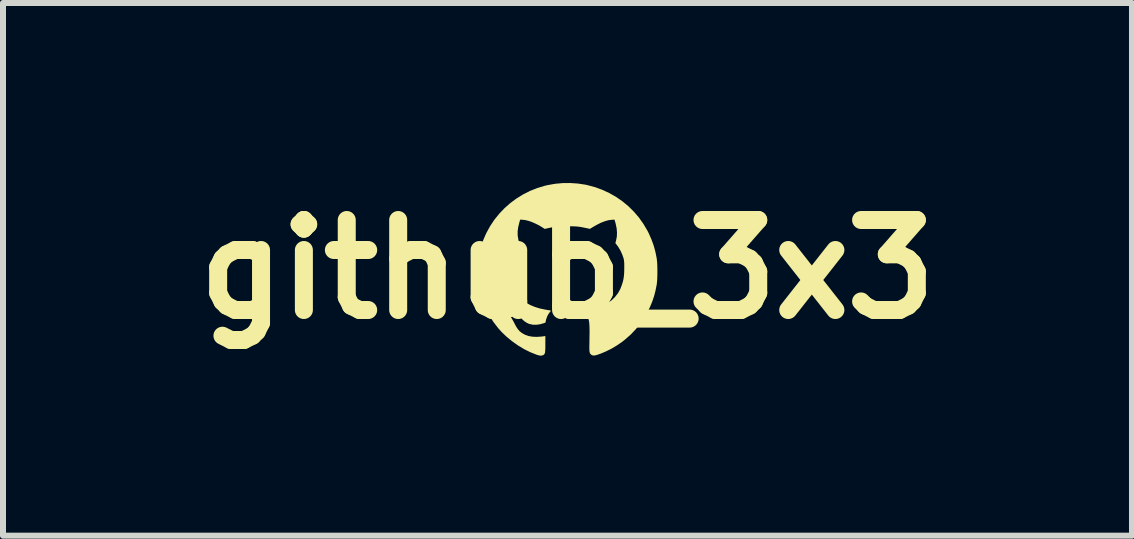
<source format=kicad_pcb>
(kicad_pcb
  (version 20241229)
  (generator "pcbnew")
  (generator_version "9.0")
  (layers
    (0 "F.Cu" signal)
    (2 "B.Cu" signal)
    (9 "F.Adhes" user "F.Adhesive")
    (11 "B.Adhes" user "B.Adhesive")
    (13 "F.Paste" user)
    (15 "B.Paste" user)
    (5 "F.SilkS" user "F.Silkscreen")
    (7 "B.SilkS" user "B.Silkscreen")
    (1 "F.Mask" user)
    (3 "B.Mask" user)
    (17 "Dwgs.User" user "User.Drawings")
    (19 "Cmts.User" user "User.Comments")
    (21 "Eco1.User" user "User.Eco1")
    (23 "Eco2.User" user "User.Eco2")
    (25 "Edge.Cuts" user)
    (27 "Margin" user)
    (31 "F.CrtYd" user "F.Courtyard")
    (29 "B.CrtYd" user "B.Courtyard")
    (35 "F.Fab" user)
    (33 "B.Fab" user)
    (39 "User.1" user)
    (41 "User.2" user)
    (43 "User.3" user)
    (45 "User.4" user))
  (footprint "github_3x3"
    (layer "F.Cu")
    (at 6.407 1.438)
    (property "Reference" "github_3x3" (at 0 0 0) (layer "F.SilkS") (effects (font (size 1.5 1.5) (thickness 0.3))))
    (attr board_only exclude_from_pos_files exclude_from_bom)
    (fp_poly (pts (xy 0.176 -1.429) (xy 0.301 -1.41) (xy 0.332 -1.403) (xy 0.46 -1.369) (xy 0.582 -1.324) (xy 0.7 -1.269) (xy 0.812 -1.205) (xy 0.917 -1.132) (xy 1.016 -1.05) (xy 1.107 -0.96) (xy 1.191 -0.862) (xy 1.265 -0.757) (xy 1.331 -0.645) (xy 1.351 -0.607) (xy 1.398 -0.501) (xy 1.436 -0.397) (xy 1.465 -0.291) (xy 1.487 -0.181) (xy 1.491 -0.144) (xy 1.495 -0.099) (xy 1.497 -0.047) (xy 1.498 0.009) (xy 1.498 0.066) (xy 1.497 0.121) (xy 1.495 0.173) (xy 1.491 0.217) (xy 1.487 0.253) (xy 1.487 0.254) (xy 1.467 0.354) (xy 1.443 0.447) (xy 1.413 0.536) (xy 1.376 0.625) (xy 1.354 0.671) (xy 1.292 0.786) (xy 1.222 0.893) (xy 1.143 0.993) (xy 1.055 1.086) (xy 0.957 1.172) (xy 0.906 1.212) (xy 0.821 1.27) (xy 0.734 1.322) (xy 0.641 1.368) (xy 0.559 1.403) (xy 0.514 1.419) (xy 0.479 1.43) (xy 0.451 1.436) (xy 0.428 1.436) (xy 0.41 1.432) (xy 0.395 1.422) (xy 0.394 1.421) (xy 0.385 1.414) (xy 0.379 1.406) (xy 0.374 1.397) (xy 0.37 1.385) (xy 0.367 1.369) (xy 0.365 1.347) (xy 0.364 1.32) (xy 0.364 1.284) (xy 0.365 1.24) (xy 0.366 1.186) (xy 0.366 1.161) (xy 0.367 1.093) (xy 0.368 1.035) (xy 0.367 0.986) (xy 0.366 0.946) (xy 0.364 0.911) (xy 0.361 0.882) (xy 0.357 0.857) (xy 0.351 0.835) (xy 0.348 0.823) (xy 0.329 0.777) (xy 0.306 0.734) (xy 0.289 0.711) (xy 0.279 0.699) (xy 0.274 0.691) (xy 0.276 0.686) (xy 0.286 0.682) (xy 0.305 0.679) (xy 0.325 0.677) (xy 0.424 0.66) (xy 0.515 0.635) (xy 0.597 0.603) (xy 0.672 0.563) (xy 0.737 0.515) (xy 0.793 0.46) (xy 0.841 0.398) (xy 0.88 0.328) (xy 0.904 0.265) (xy 0.919 0.219) (xy 0.93 0.177) (xy 0.937 0.136) (xy 0.942 0.093) (xy 0.945 0.045) (xy 0.946 -0.012) (xy 0.946 -0.023) (xy 0.946 -0.065) (xy 0.946 -0.097) (xy 0.944 -0.122) (xy 0.942 -0.142) (xy 0.94 -0.16) (xy 0.935 -0.178) (xy 0.933 -0.188) (xy 0.911 -0.25) (xy 0.882 -0.313) (xy 0.847 -0.371) (xy 0.834 -0.39) (xy 0.798 -0.437) (xy 0.809 -0.478) (xy 0.822 -0.542) (xy 0.825 -0.611) (xy 0.819 -0.684) (xy 0.803 -0.759) (xy 0.796 -0.785) (xy 0.783 -0.828) (xy 0.733 -0.825) (xy 0.681 -0.818) (xy 0.622 -0.801) (xy 0.559 -0.777) (xy 0.493 -0.744) (xy 0.424 -0.705) (xy 0.421 -0.703) (xy 0.374 -0.674) (xy 0.309 -0.688) (xy 0.264 -0.697) (xy 0.224 -0.705) (xy 0.186 -0.71) (xy 0.149 -0.714) (xy 0.108 -0.716) (xy 0.061 -0.717) (xy 0.006 -0.718) (xy -0.003 -0.718) (xy -0.066 -0.717) (xy -0.119 -0.716) (xy -0.167 -0.712) (xy -0.212 -0.707) (xy -0.257 -0.7) (xy -0.305 -0.69) (xy -0.329 -0.685) (xy -0.379 -0.673) (xy -0.416 -0.697) (xy -0.474 -0.732) (xy -0.534 -0.762) (xy -0.593 -0.788) (xy -0.649 -0.807) (xy -0.701 -0.82) (xy -0.739 -0.825) (xy -0.789 -0.828) (xy -0.802 -0.783) (xy -0.821 -0.705) (xy -0.831 -0.632) (xy -0.83 -0.562) (xy -0.819 -0.496) (xy -0.811 -0.465) (xy -0.801 -0.435) (xy -0.828 -0.403) (xy -0.873 -0.34) (xy -0.908 -0.274) (xy -0.932 -0.203) (xy -0.948 -0.127) (xy -0.954 -0.045) (xy -0.953 0.006) (xy -0.947 0.094) (xy -0.935 0.173) (xy -0.917 0.244) (xy -0.893 0.309) (xy -0.885 0.326) (xy -0.848 0.394) (xy -0.804 0.455) (xy -0.753 0.508) (xy -0.693 0.554) (xy -0.625 0.593) (xy -0.549 0.625) (xy -0.463 0.652) (xy -0.367 0.672) (xy -0.34 0.677) (xy -0.315 0.681) (xy -0.294 0.685) (xy -0.28 0.688) (xy -0.276 0.689) (xy -0.278 0.694) (xy -0.287 0.705) (xy -0.296 0.716) (xy -0.318 0.746) (xy -0.338 0.784) (xy -0.353 0.826) (xy -0.36 0.851) (xy -0.367 0.888) (xy -0.402 0.9) (xy -0.459 0.916) (xy -0.518 0.924) (xy -0.576 0.923) (xy -0.629 0.912) (xy -0.641 0.909) (xy -0.683 0.889) (xy -0.724 0.861) (xy -0.76 0.827) (xy -0.778 0.805) (xy -0.804 0.769) (xy -0.824 0.742) (xy -0.84 0.721) (xy -0.853 0.706) (xy -0.864 0.694) (xy -0.874 0.684) (xy -0.885 0.675) (xy -0.887 0.674) (xy -0.911 0.658) (xy -0.937 0.643) (xy -0.952 0.635) (xy -0.98 0.625) (xy -1.01 0.618) (xy -1.038 0.616) (xy -1.064 0.617) (xy -1.085 0.622) (xy -1.098 0.63) (xy -1.102 0.641) (xy -1.097 0.65) (xy -1.085 0.663) (xy -1.068 0.68) (xy -1.047 0.696) (xy -1.031 0.708) (xy -0.994 0.737) (xy -0.961 0.773) (xy -0.929 0.818) (xy -0.899 0.872) (xy -0.89 0.889) (xy -0.866 0.936) (xy -0.843 0.975) (xy -0.821 1.005) (xy -0.798 1.031) (xy -0.772 1.052) (xy -0.757 1.063) (xy -0.705 1.092) (xy -0.647 1.112) (xy -0.583 1.123) (xy -0.512 1.126) (xy -0.434 1.121) (xy -0.397 1.116) (xy -0.369 1.112) (xy -0.369 1.245) (xy -0.369 1.294) (xy -0.37 1.332) (xy -0.372 1.361) (xy -0.374 1.384) (xy -0.378 1.4) (xy -0.384 1.411) (xy -0.391 1.42) (xy -0.399 1.426) (xy -0.421 1.436) (xy -0.445 1.439) (xy -0.475 1.435) (xy -0.512 1.424) (xy -0.618 1.382) (xy -0.723 1.33) (xy -0.826 1.268) (xy -0.924 1.198) (xy -1.017 1.122) (xy -1.102 1.04) (xy -1.156 0.979) (xy -1.236 0.875) (xy -1.305 0.767) (xy -1.365 0.654) (xy -1.413 0.536) (xy -1.452 0.412) (xy -1.482 0.282) (xy -1.487 0.254) (xy -1.491 0.218) (xy -1.495 0.174) (xy -1.497 0.123) (xy -1.498 0.067) (xy -1.498 0.011) (xy -1.497 -0.045) (xy -1.495 -0.097) (xy -1.491 -0.143) (xy -1.487 -0.181) (xy -1.487 -0.181) (xy -1.466 -0.289) (xy -1.438 -0.392) (xy -1.401 -0.494) (xy -1.356 -0.597) (xy -1.351 -0.607) (xy -1.289 -0.72) (xy -1.218 -0.827) (xy -1.137 -0.927) (xy -1.049 -1.019) (xy -0.953 -1.104) (xy -0.85 -1.18) (xy -0.74 -1.248) (xy -0.625 -1.306) (xy -0.504 -1.354) (xy -0.379 -1.392) (xy -0.332 -1.403) (xy -0.208 -1.425) (xy -0.081 -1.437) (xy 0.048 -1.438)) (stroke (width 0) (type solid)) (fill yes) (layer "F.SilkS")))
  (gr_rect
    (start -3 -3)
    (end 15.814 5.877)
    (stroke (width 0.1) (type default))
    (fill no)
    (layer "Edge.Cuts")))
</source>
